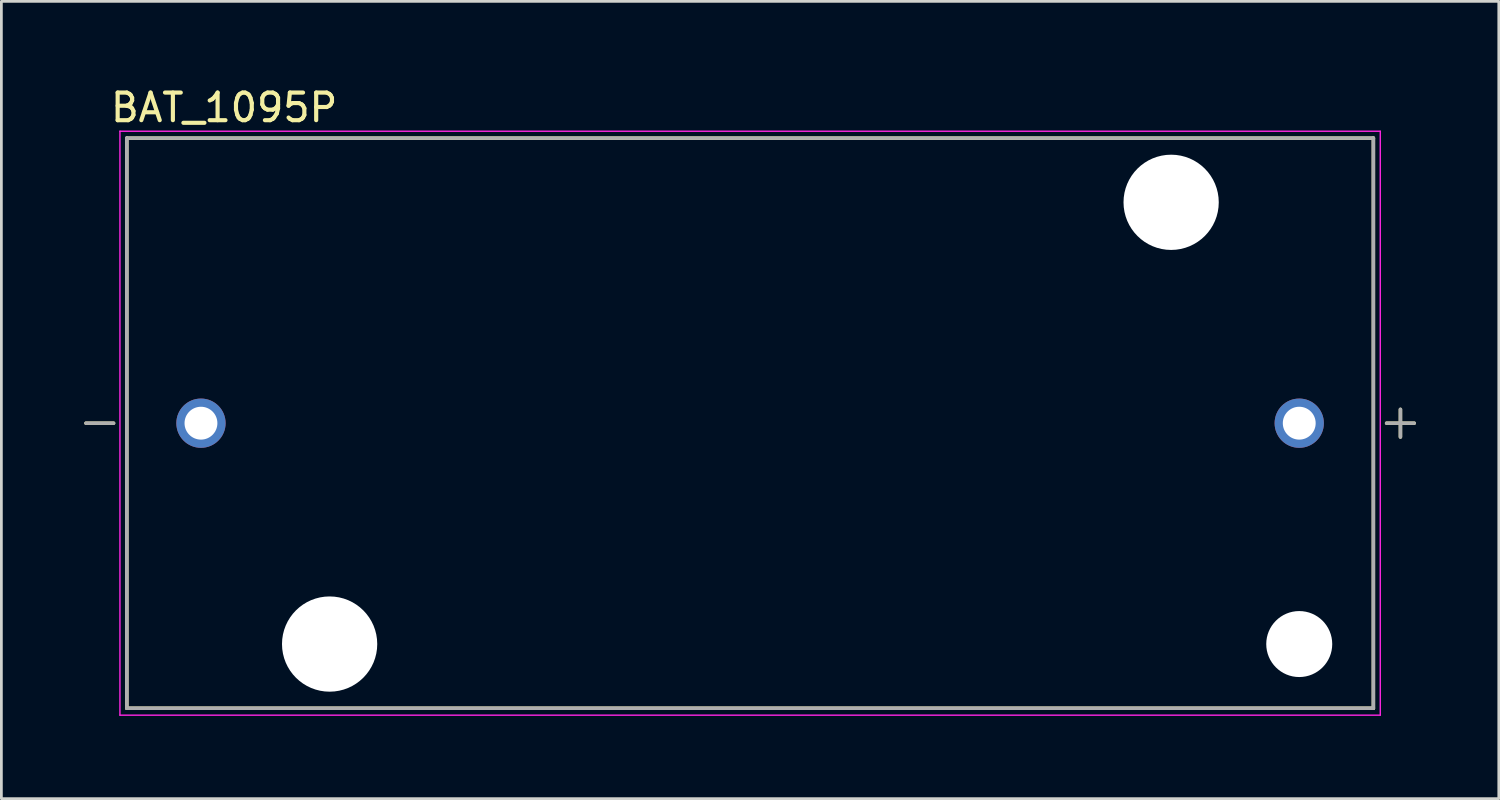
<source format=kicad_pcb>
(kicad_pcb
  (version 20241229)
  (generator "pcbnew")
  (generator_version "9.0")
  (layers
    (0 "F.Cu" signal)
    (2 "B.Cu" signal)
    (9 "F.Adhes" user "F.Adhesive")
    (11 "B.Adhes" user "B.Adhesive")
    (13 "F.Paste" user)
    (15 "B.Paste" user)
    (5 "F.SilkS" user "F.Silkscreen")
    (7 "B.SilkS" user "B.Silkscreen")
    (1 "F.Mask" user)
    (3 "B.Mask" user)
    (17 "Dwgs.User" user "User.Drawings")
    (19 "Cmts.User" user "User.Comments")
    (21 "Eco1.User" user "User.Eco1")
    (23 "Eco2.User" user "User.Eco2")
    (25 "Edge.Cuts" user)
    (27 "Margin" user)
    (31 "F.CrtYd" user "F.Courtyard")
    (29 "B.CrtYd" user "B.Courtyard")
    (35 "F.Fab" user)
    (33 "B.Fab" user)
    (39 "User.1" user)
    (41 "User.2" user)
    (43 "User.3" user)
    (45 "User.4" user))
  (footprint "BAT_1095P"
    (layer "F.Cu")
    (at 24.119 12.278)
    (property "Reference" "BAT_1095P" (at -19.05 -11.43 0) (layer "F.SilkS") (effects (font (size 1 1) (thickness 0.15))))
    (attr through_hole)
    (fp_line (start -23.055 0) (end -24.055 0) (stroke (width 0.127) (type solid)) (layer "F.SilkS"))
    (fp_line (start -22.575 -10.325) (end 22.575 -10.325) (stroke (width 0.127) (type solid)) (layer "F.SilkS"))
    (fp_line (start -22.575 10.325) (end -22.575 -10.325) (stroke (width 0.127) (type solid)) (layer "F.SilkS"))
    (fp_line (start 22.575 -10.325) (end 22.575 10.325) (stroke (width 0.127) (type solid)) (layer "F.SilkS"))
    (fp_line (start 22.575 10.325) (end -22.575 10.325) (stroke (width 0.127) (type solid)) (layer "F.SilkS"))
    (fp_line (start 23.555 0.5) (end 23.555 -0.5) (stroke (width 0.127) (type solid)) (layer "F.SilkS"))
    (fp_line (start 24.055 0) (end 23.055 0) (stroke (width 0.127) (type solid)) (layer "F.SilkS"))
    (fp_line (start -22.825 -10.575) (end 22.825 -10.575) (stroke (width 0.05) (type solid)) (layer "F.CrtYd"))
    (fp_line (start -22.825 10.575) (end -22.825 -10.575) (stroke (width 0.05) (type solid)) (layer "F.CrtYd"))
    (fp_line (start 22.825 -10.575) (end 22.825 10.575) (stroke (width 0.05) (type solid)) (layer "F.CrtYd"))
    (fp_line (start 22.825 10.575) (end -22.825 10.575) (stroke (width 0.05) (type solid)) (layer "F.CrtYd"))
    (fp_line (start -23.055 0) (end -24.055 0) (stroke (width 0.127) (type solid)) (layer "F.Fab"))
    (fp_line (start -22.575 -10.325) (end 22.575 -10.325) (stroke (width 0.127) (type solid)) (layer "F.Fab"))
    (fp_line (start -22.575 10.325) (end -22.575 -10.325) (stroke (width 0.127) (type solid)) (layer "F.Fab"))
    (fp_line (start 22.575 -10.325) (end 22.575 10.325) (stroke (width 0.127) (type solid)) (layer "F.Fab"))
    (fp_line (start 22.575 10.325) (end -22.575 10.325) (stroke (width 0.127) (type solid)) (layer "F.Fab"))
    (fp_line (start 23.055 0) (end 24.055 0) (stroke (width 0.127) (type solid)) (layer "F.Fab"))
    (fp_line (start 23.555 0.5) (end 23.555 -0.5) (stroke (width 0.127) (type solid)) (layer "F.Fab"))
    (pad "" np_thru_hole circle (at -15.23 8) (size 3.45 3.45) (drill 3.45) (layers "*.Cu" "*.Mask"))
    (pad "" np_thru_hole circle (at 15.25 -8) (size 3.45 3.45) (drill 3.45) (layers "*.Cu" "*.Mask"))
    (pad "" np_thru_hole circle (at 19.89 8) (size 2.39 2.39) (drill 2.39) (layers "*.Cu" "*.Mask"))
    (pad "N" thru_hole circle (at -19.89 0) (size 1.785 1.785) (drill 1.19) (layers "*.Cu" "*.Mask"))
    (pad "P" thru_hole circle (at 19.89 0) (size 1.785 1.785) (drill 1.19) (layers "*.Cu" "*.Mask")))
  (gr_rect
    (start -3 -3)
    (end 51.237 25.878)
    (stroke (width 0.1) (type default))
    (fill no)
    (layer "Edge.Cuts")))
</source>
